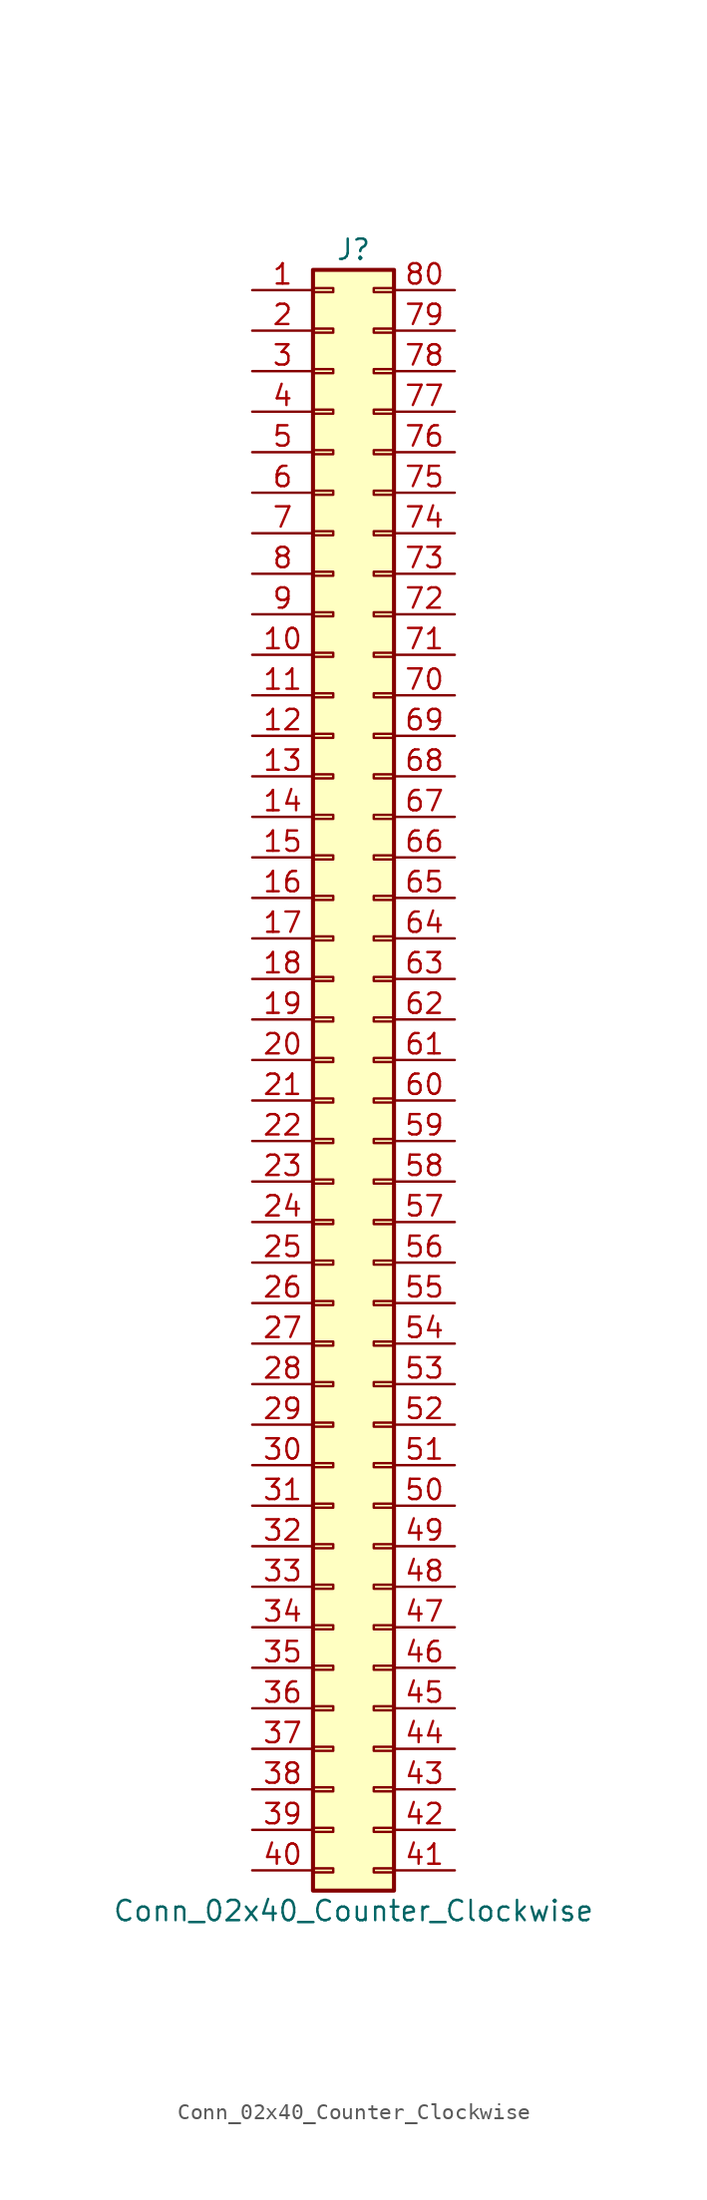
<source format=kicad_sym>
(kicad_symbol_lib
  (version 20220914)
  (generator kicad_symbol_editor)
  (symbol "Conn_02x40_Counter_Clockwise"
    (pin_names
      (offset 1.016) hide)
    (property "Reference" "J"
      (at 1.27 50.8 0)
      (effects (font (size 1.27 1.27))))
    (property "Value" "Conn_02x40_Counter_Clockwise"
      (at 1.27 -53.34 0)
      (effects (font (size 1.27 1.27))))
    (symbol "Conn_02x40_Counter_Clockwise_1_1"
      (rectangle (start -1.27 -50.673) (end 0 -50.927) (stroke (width 0.152) (type default)) (fill (type none)))
      (rectangle (start -1.27 -48.133) (end 0 -48.387) (stroke (width 0.152) (type default)) (fill (type none)))
      (rectangle (start -1.27 -45.593) (end 0 -45.847) (stroke (width 0.152) (type default)) (fill (type none)))
      (rectangle (start -1.27 -43.053) (end 0 -43.307) (stroke (width 0.152) (type default)) (fill (type none)))
      (rectangle (start -1.27 -40.513) (end 0 -40.767) (stroke (width 0.152) (type default)) (fill (type none)))
      (rectangle (start -1.27 -37.973) (end 0 -38.227) (stroke (width 0.152) (type default)) (fill (type none)))
      (rectangle (start -1.27 -35.433) (end 0 -35.687) (stroke (width 0.152) (type default)) (fill (type none)))
      (rectangle (start -1.27 -32.893) (end 0 -33.147) (stroke (width 0.152) (type default)) (fill (type none)))
      (rectangle (start -1.27 -30.353) (end 0 -30.607) (stroke (width 0.152) (type default)) (fill (type none)))
      (rectangle (start -1.27 -27.813) (end 0 -28.067) (stroke (width 0.152) (type default)) (fill (type none)))
      (rectangle (start -1.27 -25.273) (end 0 -25.527) (stroke (width 0.152) (type default)) (fill (type none)))
      (rectangle (start -1.27 -22.733) (end 0 -22.987) (stroke (width 0.152) (type default)) (fill (type none)))
      (rectangle (start -1.27 -20.193) (end 0 -20.447) (stroke (width 0.152) (type default)) (fill (type none)))
      (rectangle (start -1.27 -17.653) (end 0 -17.907) (stroke (width 0.152) (type default)) (fill (type none)))
      (rectangle (start -1.27 -15.113) (end 0 -15.367) (stroke (width 0.152) (type default)) (fill (type none)))
      (rectangle (start -1.27 -12.573) (end 0 -12.827) (stroke (width 0.152) (type default)) (fill (type none)))
      (rectangle (start -1.27 -10.033) (end 0 -10.287) (stroke (width 0.152) (type default)) (fill (type none)))
      (rectangle (start -1.27 -7.493) (end 0 -7.747) (stroke (width 0.152) (type default)) (fill (type none)))
      (rectangle (start -1.27 -4.953) (end 0 -5.207) (stroke (width 0.152) (type default)) (fill (type none)))
      (rectangle (start -1.27 -2.413) (end 0 -2.667) (stroke (width 0.152) (type default)) (fill (type none)))
      (rectangle (start -1.27 0.127) (end 0 -0.127) (stroke (width 0.152) (type default)) (fill (type none)))
      (rectangle (start -1.27 2.667) (end 0 2.413) (stroke (width 0.152) (type default)) (fill (type none)))
      (rectangle (start -1.27 5.207) (end 0 4.953) (stroke (width 0.152) (type default)) (fill (type none)))
      (rectangle (start -1.27 7.747) (end 0 7.493) (stroke (width 0.152) (type default)) (fill (type none)))
      (rectangle (start -1.27 10.287) (end 0 10.033) (stroke (width 0.152) (type default)) (fill (type none)))
      (rectangle (start -1.27 12.827) (end 0 12.573) (stroke (width 0.152) (type default)) (fill (type none)))
      (rectangle (start -1.27 15.367) (end 0 15.113) (stroke (width 0.152) (type default)) (fill (type none)))
      (rectangle (start -1.27 17.907) (end 0 17.653) (stroke (width 0.152) (type default)) (fill (type none)))
      (rectangle (start -1.27 20.447) (end 0 20.193) (stroke (width 0.152) (type default)) (fill (type none)))
      (rectangle (start -1.27 22.987) (end 0 22.733) (stroke (width 0.152) (type default)) (fill (type none)))
      (rectangle (start -1.27 25.527) (end 0 25.273) (stroke (width 0.152) (type default)) (fill (type none)))
      (rectangle (start -1.27 28.067) (end 0 27.813) (stroke (width 0.152) (type default)) (fill (type none)))
      (rectangle (start -1.27 30.607) (end 0 30.353) (stroke (width 0.152) (type default)) (fill (type none)))
      (rectangle (start -1.27 33.147) (end 0 32.893) (stroke (width 0.152) (type default)) (fill (type none)))
      (rectangle (start -1.27 35.687) (end 0 35.433) (stroke (width 0.152) (type default)) (fill (type none)))
      (rectangle (start -1.27 38.227) (end 0 37.973) (stroke (width 0.152) (type default)) (fill (type none)))
      (rectangle (start -1.27 40.767) (end 0 40.513) (stroke (width 0.152) (type default)) (fill (type none)))
      (rectangle (start -1.27 43.307) (end 0 43.053) (stroke (width 0.152) (type default)) (fill (type none)))
      (rectangle (start -1.27 45.847) (end 0 45.593) (stroke (width 0.152) (type default)) (fill (type none)))
      (rectangle (start -1.27 48.387) (end 0 48.133) (stroke (width 0.152) (type default)) (fill (type none)))
      (rectangle (start -1.27 49.53) (end 3.81 -52.07) (stroke (width 0.254) (type default)) (fill (type background)))
      (rectangle (start 3.81 -50.673) (end 2.54 -50.927) (stroke (width 0.152) (type default)) (fill (type none)))
      (rectangle (start 3.81 -48.133) (end 2.54 -48.387) (stroke (width 0.152) (type default)) (fill (type none)))
      (rectangle (start 3.81 -45.593) (end 2.54 -45.847) (stroke (width 0.152) (type default)) (fill (type none)))
      (rectangle (start 3.81 -43.053) (end 2.54 -43.307) (stroke (width 0.152) (type default)) (fill (type none)))
      (rectangle (start 3.81 -40.513) (end 2.54 -40.767) (stroke (width 0.152) (type default)) (fill (type none)))
      (rectangle (start 3.81 -37.973) (end 2.54 -38.227) (stroke (width 0.152) (type default)) (fill (type none)))
      (rectangle (start 3.81 -35.433) (end 2.54 -35.687) (stroke (width 0.152) (type default)) (fill (type none)))
      (rectangle (start 3.81 -32.893) (end 2.54 -33.147) (stroke (width 0.152) (type default)) (fill (type none)))
      (rectangle (start 3.81 -30.353) (end 2.54 -30.607) (stroke (width 0.152) (type default)) (fill (type none)))
      (rectangle (start 3.81 -27.813) (end 2.54 -28.067) (stroke (width 0.152) (type default)) (fill (type none)))
      (rectangle (start 3.81 -25.273) (end 2.54 -25.527) (stroke (width 0.152) (type default)) (fill (type none)))
      (rectangle (start 3.81 -22.733) (end 2.54 -22.987) (stroke (width 0.152) (type default)) (fill (type none)))
      (rectangle (start 3.81 -20.193) (end 2.54 -20.447) (stroke (width 0.152) (type default)) (fill (type none)))
      (rectangle (start 3.81 -17.653) (end 2.54 -17.907) (stroke (width 0.152) (type default)) (fill (type none)))
      (rectangle (start 3.81 -15.113) (end 2.54 -15.367) (stroke (width 0.152) (type default)) (fill (type none)))
      (rectangle (start 3.81 -12.573) (end 2.54 -12.827) (stroke (width 0.152) (type default)) (fill (type none)))
      (rectangle (start 3.81 -10.033) (end 2.54 -10.287) (stroke (width 0.152) (type default)) (fill (type none)))
      (rectangle (start 3.81 -7.493) (end 2.54 -7.747) (stroke (width 0.152) (type default)) (fill (type none)))
      (rectangle (start 3.81 -4.953) (end 2.54 -5.207) (stroke (width 0.152) (type default)) (fill (type none)))
      (rectangle (start 3.81 -2.413) (end 2.54 -2.667) (stroke (width 0.152) (type default)) (fill (type none)))
      (rectangle (start 3.81 0.127) (end 2.54 -0.127) (stroke (width 0.152) (type default)) (fill (type none)))
      (rectangle (start 3.81 2.667) (end 2.54 2.413) (stroke (width 0.152) (type default)) (fill (type none)))
      (rectangle (start 3.81 5.207) (end 2.54 4.953) (stroke (width 0.152) (type default)) (fill (type none)))
      (rectangle (start 3.81 7.747) (end 2.54 7.493) (stroke (width 0.152) (type default)) (fill (type none)))
      (rectangle (start 3.81 10.287) (end 2.54 10.033) (stroke (width 0.152) (type default)) (fill (type none)))
      (rectangle (start 3.81 12.827) (end 2.54 12.573) (stroke (width 0.152) (type default)) (fill (type none)))
      (rectangle (start 3.81 15.367) (end 2.54 15.113) (stroke (width 0.152) (type default)) (fill (type none)))
      (rectangle (start 3.81 17.907) (end 2.54 17.653) (stroke (width 0.152) (type default)) (fill (type none)))
      (rectangle (start 3.81 20.447) (end 2.54 20.193) (stroke (width 0.152) (type default)) (fill (type none)))
      (rectangle (start 3.81 22.987) (end 2.54 22.733) (stroke (width 0.152) (type default)) (fill (type none)))
      (rectangle (start 3.81 25.527) (end 2.54 25.273) (stroke (width 0.152) (type default)) (fill (type none)))
      (rectangle (start 3.81 28.067) (end 2.54 27.813) (stroke (width 0.152) (type default)) (fill (type none)))
      (rectangle (start 3.81 30.607) (end 2.54 30.353) (stroke (width 0.152) (type default)) (fill (type none)))
      (rectangle (start 3.81 33.147) (end 2.54 32.893) (stroke (width 0.152) (type default)) (fill (type none)))
      (rectangle (start 3.81 35.687) (end 2.54 35.433) (stroke (width 0.152) (type default)) (fill (type none)))
      (rectangle (start 3.81 38.227) (end 2.54 37.973) (stroke (width 0.152) (type default)) (fill (type none)))
      (rectangle (start 3.81 40.767) (end 2.54 40.513) (stroke (width 0.152) (type default)) (fill (type none)))
      (rectangle (start 3.81 43.307) (end 2.54 43.053) (stroke (width 0.152) (type default)) (fill (type none)))
      (rectangle (start 3.81 45.847) (end 2.54 45.593) (stroke (width 0.152) (type default)) (fill (type none)))
      (rectangle (start 3.81 48.387) (end 2.54 48.133) (stroke (width 0.152) (type default)) (fill (type none)))
      (pin passive line (at -5.08 48.26 0) (length 3.81) (name "Pin_1" (effects (font (size 1.27 1.27)))) (number "1" (effects (font (size 1.27 1.27)))))
      (pin passive line (at -5.08 25.4 0) (length 3.81) (name "Pin_10" (effects (font (size 1.27 1.27)))) (number "10" (effects (font (size 1.27 1.27)))))
      (pin passive line (at -5.08 22.86 0) (length 3.81) (name "Pin_11" (effects (font (size 1.27 1.27)))) (number "11" (effects (font (size 1.27 1.27)))))
      (pin passive line (at -5.08 20.32 0) (length 3.81) (name "Pin_12" (effects (font (size 1.27 1.27)))) (number "12" (effects (font (size 1.27 1.27)))))
      (pin passive line (at -5.08 17.78 0) (length 3.81) (name "Pin_13" (effects (font (size 1.27 1.27)))) (number "13" (effects (font (size 1.27 1.27)))))
      (pin passive line (at -5.08 15.24 0) (length 3.81) (name "Pin_14" (effects (font (size 1.27 1.27)))) (number "14" (effects (font (size 1.27 1.27)))))
      (pin passive line (at -5.08 12.7 0) (length 3.81) (name "Pin_15" (effects (font (size 1.27 1.27)))) (number "15" (effects (font (size 1.27 1.27)))))
      (pin passive line (at -5.08 10.16 0) (length 3.81) (name "Pin_16" (effects (font (size 1.27 1.27)))) (number "16" (effects (font (size 1.27 1.27)))))
      (pin passive line (at -5.08 7.62 0) (length 3.81) (name "Pin_17" (effects (font (size 1.27 1.27)))) (number "17" (effects (font (size 1.27 1.27)))))
      (pin passive line (at -5.08 5.08 0) (length 3.81) (name "Pin_18" (effects (font (size 1.27 1.27)))) (number "18" (effects (font (size 1.27 1.27)))))
      (pin passive line (at -5.08 2.54 0) (length 3.81) (name "Pin_19" (effects (font (size 1.27 1.27)))) (number "19" (effects (font (size 1.27 1.27)))))
      (pin passive line (at -5.08 45.72 0) (length 3.81) (name "Pin_2" (effects (font (size 1.27 1.27)))) (number "2" (effects (font (size 1.27 1.27)))))
      (pin passive line (at -5.08 0 0) (length 3.81) (name "Pin_20" (effects (font (size 1.27 1.27)))) (number "20" (effects (font (size 1.27 1.27)))))
      (pin passive line (at -5.08 -2.54 0) (length 3.81) (name "Pin_21" (effects (font (size 1.27 1.27)))) (number "21" (effects (font (size 1.27 1.27)))))
      (pin passive line (at -5.08 -5.08 0) (length 3.81) (name "Pin_22" (effects (font (size 1.27 1.27)))) (number "22" (effects (font (size 1.27 1.27)))))
      (pin passive line (at -5.08 -7.62 0) (length 3.81) (name "Pin_23" (effects (font (size 1.27 1.27)))) (number "23" (effects (font (size 1.27 1.27)))))
      (pin passive line (at -5.08 -10.16 0) (length 3.81) (name "Pin_24" (effects (font (size 1.27 1.27)))) (number "24" (effects (font (size 1.27 1.27)))))
      (pin passive line (at -5.08 -12.7 0) (length 3.81) (name "Pin_25" (effects (font (size 1.27 1.27)))) (number "25" (effects (font (size 1.27 1.27)))))
      (pin passive line (at -5.08 -15.24 0) (length 3.81) (name "Pin_26" (effects (font (size 1.27 1.27)))) (number "26" (effects (font (size 1.27 1.27)))))
      (pin passive line (at -5.08 -17.78 0) (length 3.81) (name "Pin_27" (effects (font (size 1.27 1.27)))) (number "27" (effects (font (size 1.27 1.27)))))
      (pin passive line (at -5.08 -20.32 0) (length 3.81) (name "Pin_28" (effects (font (size 1.27 1.27)))) (number "28" (effects (font (size 1.27 1.27)))))
      (pin passive line (at -5.08 -22.86 0) (length 3.81) (name "Pin_29" (effects (font (size 1.27 1.27)))) (number "29" (effects (font (size 1.27 1.27)))))
      (pin passive line (at -5.08 43.18 0) (length 3.81) (name "Pin_3" (effects (font (size 1.27 1.27)))) (number "3" (effects (font (size 1.27 1.27)))))
      (pin passive line (at -5.08 -25.4 0) (length 3.81) (name "Pin_30" (effects (font (size 1.27 1.27)))) (number "30" (effects (font (size 1.27 1.27)))))
      (pin passive line (at -5.08 -27.94 0) (length 3.81) (name "Pin_31" (effects (font (size 1.27 1.27)))) (number "31" (effects (font (size 1.27 1.27)))))
      (pin passive line (at -5.08 -30.48 0) (length 3.81) (name "Pin_32" (effects (font (size 1.27 1.27)))) (number "32" (effects (font (size 1.27 1.27)))))
      (pin passive line (at -5.08 -33.02 0) (length 3.81) (name "Pin_33" (effects (font (size 1.27 1.27)))) (number "33" (effects (font (size 1.27 1.27)))))
      (pin passive line (at -5.08 -35.56 0) (length 3.81) (name "Pin_34" (effects (font (size 1.27 1.27)))) (number "34" (effects (font (size 1.27 1.27)))))
      (pin passive line (at -5.08 -38.1 0) (length 3.81) (name "Pin_35" (effects (font (size 1.27 1.27)))) (number "35" (effects (font (size 1.27 1.27)))))
      (pin passive line (at -5.08 -40.64 0) (length 3.81) (name "Pin_36" (effects (font (size 1.27 1.27)))) (number "36" (effects (font (size 1.27 1.27)))))
      (pin passive line (at -5.08 -43.18 0) (length 3.81) (name "Pin_37" (effects (font (size 1.27 1.27)))) (number "37" (effects (font (size 1.27 1.27)))))
      (pin passive line (at -5.08 -45.72 0) (length 3.81) (name "Pin_38" (effects (font (size 1.27 1.27)))) (number "38" (effects (font (size 1.27 1.27)))))
      (pin passive line (at -5.08 -48.26 0) (length 3.81) (name "Pin_39" (effects (font (size 1.27 1.27)))) (number "39" (effects (font (size 1.27 1.27)))))
      (pin passive line (at -5.08 40.64 0) (length 3.81) (name "Pin_4" (effects (font (size 1.27 1.27)))) (number "4" (effects (font (size 1.27 1.27)))))
      (pin passive line (at -5.08 -50.8 0) (length 3.81) (name "Pin_40" (effects (font (size 1.27 1.27)))) (number "40" (effects (font (size 1.27 1.27)))))
      (pin passive line (at 7.62 -50.8 180) (length 3.81) (name "Pin_41" (effects (font (size 1.27 1.27)))) (number "41" (effects (font (size 1.27 1.27)))))
      (pin passive line (at 7.62 -48.26 180) (length 3.81) (name "Pin_42" (effects (font (size 1.27 1.27)))) (number "42" (effects (font (size 1.27 1.27)))))
      (pin passive line (at 7.62 -45.72 180) (length 3.81) (name "Pin_43" (effects (font (size 1.27 1.27)))) (number "43" (effects (font (size 1.27 1.27)))))
      (pin passive line (at 7.62 -43.18 180) (length 3.81) (name "Pin_44" (effects (font (size 1.27 1.27)))) (number "44" (effects (font (size 1.27 1.27)))))
      (pin passive line (at 7.62 -40.64 180) (length 3.81) (name "Pin_45" (effects (font (size 1.27 1.27)))) (number "45" (effects (font (size 1.27 1.27)))))
      (pin passive line (at 7.62 -38.1 180) (length 3.81) (name "Pin_46" (effects (font (size 1.27 1.27)))) (number "46" (effects (font (size 1.27 1.27)))))
      (pin passive line (at 7.62 -35.56 180) (length 3.81) (name "Pin_47" (effects (font (size 1.27 1.27)))) (number "47" (effects (font (size 1.27 1.27)))))
      (pin passive line (at 7.62 -33.02 180) (length 3.81) (name "Pin_48" (effects (font (size 1.27 1.27)))) (number "48" (effects (font (size 1.27 1.27)))))
      (pin passive line (at 7.62 -30.48 180) (length 3.81) (name "Pin_49" (effects (font (size 1.27 1.27)))) (number "49" (effects (font (size 1.27 1.27)))))
      (pin passive line (at -5.08 38.1 0) (length 3.81) (name "Pin_5" (effects (font (size 1.27 1.27)))) (number "5" (effects (font (size 1.27 1.27)))))
      (pin passive line (at 7.62 -27.94 180) (length 3.81) (name "Pin_50" (effects (font (size 1.27 1.27)))) (number "50" (effects (font (size 1.27 1.27)))))
      (pin passive line (at 7.62 -25.4 180) (length 3.81) (name "Pin_51" (effects (font (size 1.27 1.27)))) (number "51" (effects (font (size 1.27 1.27)))))
      (pin passive line (at 7.62 -22.86 180) (length 3.81) (name "Pin_52" (effects (font (size 1.27 1.27)))) (number "52" (effects (font (size 1.27 1.27)))))
      (pin passive line (at 7.62 -20.32 180) (length 3.81) (name "Pin_53" (effects (font (size 1.27 1.27)))) (number "53" (effects (font (size 1.27 1.27)))))
      (pin passive line (at 7.62 -17.78 180) (length 3.81) (name "Pin_54" (effects (font (size 1.27 1.27)))) (number "54" (effects (font (size 1.27 1.27)))))
      (pin passive line (at 7.62 -15.24 180) (length 3.81) (name "Pin_55" (effects (font (size 1.27 1.27)))) (number "55" (effects (font (size 1.27 1.27)))))
      (pin passive line (at 7.62 -12.7 180) (length 3.81) (name "Pin_56" (effects (font (size 1.27 1.27)))) (number "56" (effects (font (size 1.27 1.27)))))
      (pin passive line (at 7.62 -10.16 180) (length 3.81) (name "Pin_57" (effects (font (size 1.27 1.27)))) (number "57" (effects (font (size 1.27 1.27)))))
      (pin passive line (at 7.62 -7.62 180) (length 3.81) (name "Pin_58" (effects (font (size 1.27 1.27)))) (number "58" (effects (font (size 1.27 1.27)))))
      (pin passive line (at 7.62 -5.08 180) (length 3.81) (name "Pin_59" (effects (font (size 1.27 1.27)))) (number "59" (effects (font (size 1.27 1.27)))))
      (pin passive line (at -5.08 35.56 0) (length 3.81) (name "Pin_6" (effects (font (size 1.27 1.27)))) (number "6" (effects (font (size 1.27 1.27)))))
      (pin passive line (at 7.62 -2.54 180) (length 3.81) (name "Pin_60" (effects (font (size 1.27 1.27)))) (number "60" (effects (font (size 1.27 1.27)))))
      (pin passive line (at 7.62 0 180) (length 3.81) (name "Pin_61" (effects (font (size 1.27 1.27)))) (number "61" (effects (font (size 1.27 1.27)))))
      (pin passive line (at 7.62 2.54 180) (length 3.81) (name "Pin_62" (effects (font (size 1.27 1.27)))) (number "62" (effects (font (size 1.27 1.27)))))
      (pin passive line (at 7.62 5.08 180) (length 3.81) (name "Pin_63" (effects (font (size 1.27 1.27)))) (number "63" (effects (font (size 1.27 1.27)))))
      (pin passive line (at 7.62 7.62 180) (length 3.81) (name "Pin_64" (effects (font (size 1.27 1.27)))) (number "64" (effects (font (size 1.27 1.27)))))
      (pin passive line (at 7.62 10.16 180) (length 3.81) (name "Pin_65" (effects (font (size 1.27 1.27)))) (number "65" (effects (font (size 1.27 1.27)))))
      (pin passive line (at 7.62 12.7 180) (length 3.81) (name "Pin_66" (effects (font (size 1.27 1.27)))) (number "66" (effects (font (size 1.27 1.27)))))
      (pin passive line (at 7.62 15.24 180) (length 3.81) (name "Pin_67" (effects (font (size 1.27 1.27)))) (number "67" (effects (font (size 1.27 1.27)))))
      (pin passive line (at 7.62 17.78 180) (length 3.81) (name "Pin_68" (effects (font (size 1.27 1.27)))) (number "68" (effects (font (size 1.27 1.27)))))
      (pin passive line (at 7.62 20.32 180) (length 3.81) (name "Pin_69" (effects (font (size 1.27 1.27)))) (number "69" (effects (font (size 1.27 1.27)))))
      (pin passive line (at -5.08 33.02 0) (length 3.81) (name "Pin_7" (effects (font (size 1.27 1.27)))) (number "7" (effects (font (size 1.27 1.27)))))
      (pin passive line (at 7.62 22.86 180) (length 3.81) (name "Pin_70" (effects (font (size 1.27 1.27)))) (number "70" (effects (font (size 1.27 1.27)))))
      (pin passive line (at 7.62 25.4 180) (length 3.81) (name "Pin_71" (effects (font (size 1.27 1.27)))) (number "71" (effects (font (size 1.27 1.27)))))
      (pin passive line (at 7.62 27.94 180) (length 3.81) (name "Pin_72" (effects (font (size 1.27 1.27)))) (number "72" (effects (font (size 1.27 1.27)))))
      (pin passive line (at 7.62 30.48 180) (length 3.81) (name "Pin_73" (effects (font (size 1.27 1.27)))) (number "73" (effects (font (size 1.27 1.27)))))
      (pin passive line (at 7.62 33.02 180) (length 3.81) (name "Pin_74" (effects (font (size 1.27 1.27)))) (number "74" (effects (font (size 1.27 1.27)))))
      (pin passive line (at 7.62 35.56 180) (length 3.81) (name "Pin_75" (effects (font (size 1.27 1.27)))) (number "75" (effects (font (size 1.27 1.27)))))
      (pin passive line (at 7.62 38.1 180) (length 3.81) (name "Pin_76" (effects (font (size 1.27 1.27)))) (number "76" (effects (font (size 1.27 1.27)))))
      (pin passive line (at 7.62 40.64 180) (length 3.81) (name "Pin_77" (effects (font (size 1.27 1.27)))) (number "77" (effects (font (size 1.27 1.27)))))
      (pin passive line (at 7.62 43.18 180) (length 3.81) (name "Pin_78" (effects (font (size 1.27 1.27)))) (number "78" (effects (font (size 1.27 1.27)))))
      (pin passive line (at 7.62 45.72 180) (length 3.81) (name "Pin_79" (effects (font (size 1.27 1.27)))) (number "79" (effects (font (size 1.27 1.27)))))
      (pin passive line (at -5.08 30.48 0) (length 3.81) (name "Pin_8" (effects (font (size 1.27 1.27)))) (number "8" (effects (font (size 1.27 1.27)))))
      (pin passive line (at 7.62 48.26 180) (length 3.81) (name "Pin_80" (effects (font (size 1.27 1.27)))) (number "80" (effects (font (size 1.27 1.27)))))
      (pin passive line (at -5.08 27.94 0) (length 3.81) (name "Pin_9" (effects (font (size 1.27 1.27)))) (number "9" (effects (font (size 1.27 1.27))))))))
</source>
